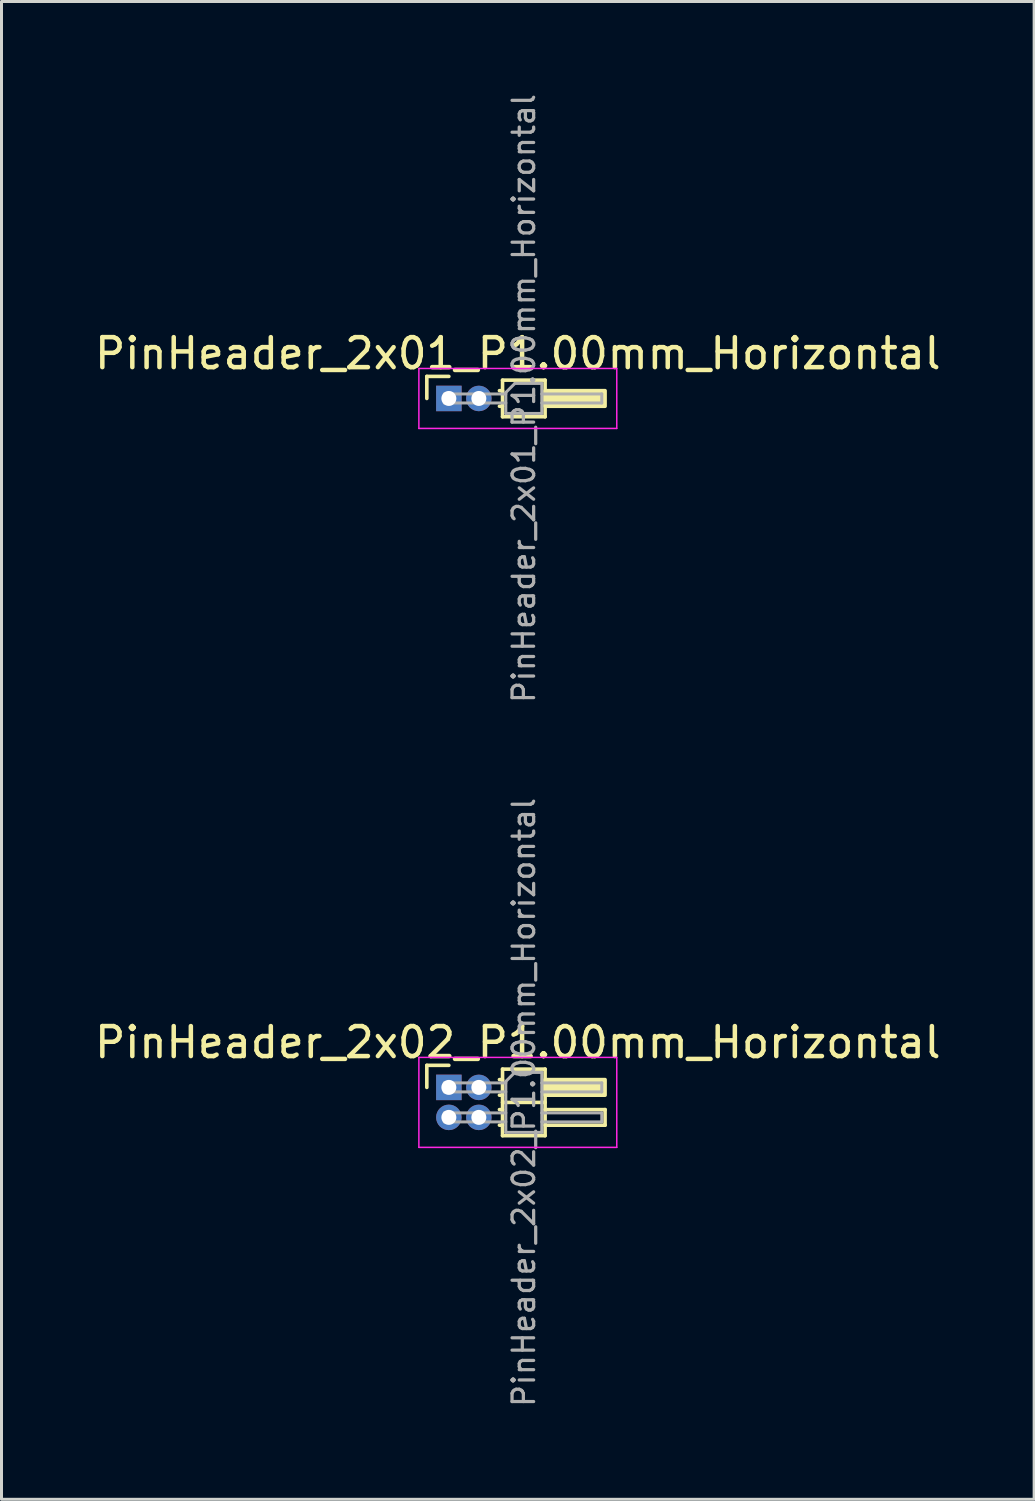
<source format=kicad_pcb>
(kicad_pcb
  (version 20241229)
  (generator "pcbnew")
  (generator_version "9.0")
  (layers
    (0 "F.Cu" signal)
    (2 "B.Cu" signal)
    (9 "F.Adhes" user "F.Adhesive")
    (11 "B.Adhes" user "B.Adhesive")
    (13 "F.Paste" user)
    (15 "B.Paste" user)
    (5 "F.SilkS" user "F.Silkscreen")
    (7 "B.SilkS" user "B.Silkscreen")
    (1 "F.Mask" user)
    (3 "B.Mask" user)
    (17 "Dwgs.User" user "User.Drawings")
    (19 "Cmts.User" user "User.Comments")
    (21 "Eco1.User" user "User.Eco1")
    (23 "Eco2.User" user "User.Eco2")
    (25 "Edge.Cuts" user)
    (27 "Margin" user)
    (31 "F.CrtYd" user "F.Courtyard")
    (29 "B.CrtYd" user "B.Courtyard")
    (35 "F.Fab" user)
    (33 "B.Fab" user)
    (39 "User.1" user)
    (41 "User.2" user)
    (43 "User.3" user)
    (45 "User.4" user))
  (footprint "PinHeader_2x01_P1.00mm_Horizontal"
    (layer "F.Cu")
    (at 11.92 10.239)
    (property "Reference" "PinHeader_2x01_P1.00mm_Horizontal" (at 2.3 -1.5 0) (layer "F.SilkS") (effects (font (size 1 1) (thickness 0.15))))
    (attr through_hole)
    (fp_line (start -0.735 -0.735) (end 0 -0.735) (stroke (width 0.12) (type solid)) (layer "F.SilkS"))
    (fp_line (start -0.735 0) (end -0.735 -0.735) (stroke (width 0.12) (type solid)) (layer "F.SilkS"))
    (fp_line (start 1.687 -0.26) (end 1.79 -0.26) (stroke (width 0.12) (type solid)) (layer "F.SilkS"))
    (fp_line (start 1.687 0.26) (end 1.79 0.26) (stroke (width 0.12) (type solid)) (layer "F.SilkS"))
    (fp_line (start 1.79 -0.61) (end 1.79 0.61) (stroke (width 0.12) (type solid)) (layer "F.SilkS"))
    (fp_line (start 1.79 0.61) (end 3.21 0.61) (stroke (width 0.12) (type solid)) (layer "F.SilkS"))
    (fp_line (start 3.21 -0.61) (end 1.79 -0.61) (stroke (width 0.12) (type solid)) (layer "F.SilkS"))
    (fp_line (start 3.21 0.61) (end 3.21 -0.61) (stroke (width 0.12) (type solid)) (layer "F.SilkS"))
    (fp_rect (start 3.21 -0.26) (end 5.21 0.26) (stroke (width 0.12) (type solid)) (fill yes) (layer "F.SilkS"))
    (fp_line (start -1 -1) (end -1 1) (stroke (width 0.05) (type solid)) (layer "F.CrtYd"))
    (fp_line (start -1 1) (end 5.6 1) (stroke (width 0.05) (type solid)) (layer "F.CrtYd"))
    (fp_line (start 5.6 -1) (end -1 -1) (stroke (width 0.05) (type solid)) (layer "F.CrtYd"))
    (fp_line (start 5.6 1) (end 5.6 -1) (stroke (width 0.05) (type solid)) (layer "F.CrtYd"))
    (fp_line (start -0.15 -0.15) (end -0.15 0.15) (stroke (width 0.1) (type solid)) (layer "F.Fab"))
    (fp_line (start -0.15 -0.15) (end 1.9 -0.15) (stroke (width 0.1) (type solid)) (layer "F.Fab"))
    (fp_line (start -0.15 0.15) (end 1.9 0.15) (stroke (width 0.1) (type solid)) (layer "F.Fab"))
    (fp_line (start 1.9 -0.2) (end 2.2 -0.5) (stroke (width 0.1) (type solid)) (layer "F.Fab"))
    (fp_line (start 1.9 0.5) (end 1.9 -0.2) (stroke (width 0.1) (type solid)) (layer "F.Fab"))
    (fp_line (start 2.2 -0.5) (end 3.1 -0.5) (stroke (width 0.1) (type solid)) (layer "F.Fab"))
    (fp_line (start 3.1 -0.5) (end 3.1 0.5) (stroke (width 0.1) (type solid)) (layer "F.Fab"))
    (fp_line (start 3.1 -0.15) (end 5.1 -0.15) (stroke (width 0.1) (type solid)) (layer "F.Fab"))
    (fp_line (start 3.1 0.15) (end 5.1 0.15) (stroke (width 0.1) (type solid)) (layer "F.Fab"))
    (fp_line (start 3.1 0.5) (end 1.9 0.5) (stroke (width 0.1) (type solid)) (layer "F.Fab"))
    (fp_line (start 5.1 -0.15) (end 5.1 0.15) (stroke (width 0.1) (type solid)) (layer "F.Fab"))
    (fp_text user "${REFERENCE}" (at 2.5 0 90) (layer "F.Fab") (effects (font (size 0.72 0.72) (thickness 0.108))))
    (pad "1" thru_hole rect (at 0 0) (size 0.85 0.85) (drill 0.5) (layers "*.Cu" "*.Mask"))
    (pad "2" thru_hole circle (at 1 0) (size 0.85 0.85) (drill 0.5) (layers "*.Cu" "*.Mask")))
  (footprint "PinHeader_2x02_P1.00mm_Horizontal"
    (layer "F.Cu")
    (at 11.92 33.216)
    (property "Reference" "PinHeader_2x02_P1.00mm_Horizontal" (at 2.3 -1.5 0) (layer "F.SilkS") (effects (font (size 1 1) (thickness 0.15))))
    (attr through_hole)
    (fp_line (start -0.735 -0.735) (end 0 -0.735) (stroke (width 0.12) (type solid)) (layer "F.SilkS"))
    (fp_line (start -0.735 0) (end -0.735 -0.735) (stroke (width 0.12) (type solid)) (layer "F.SilkS"))
    (fp_line (start 1.687 -0.26) (end 1.79 -0.26) (stroke (width 0.12) (type solid)) (layer "F.SilkS"))
    (fp_line (start 1.687 0.26) (end 1.79 0.26) (stroke (width 0.12) (type solid)) (layer "F.SilkS"))
    (fp_line (start 1.687 0.74) (end 1.79 0.74) (stroke (width 0.12) (type solid)) (layer "F.SilkS"))
    (fp_line (start 1.687 1.26) (end 1.79 1.26) (stroke (width 0.12) (type solid)) (layer "F.SilkS"))
    (fp_line (start 1.79 -0.61) (end 1.79 1.61) (stroke (width 0.12) (type solid)) (layer "F.SilkS"))
    (fp_line (start 1.79 0.5) (end 3.21 0.5) (stroke (width 0.12) (type solid)) (layer "F.SilkS"))
    (fp_line (start 1.79 1.61) (end 3.21 1.61) (stroke (width 0.12) (type solid)) (layer "F.SilkS"))
    (fp_line (start 3.21 -0.61) (end 1.79 -0.61) (stroke (width 0.12) (type solid)) (layer "F.SilkS"))
    (fp_line (start 3.21 0.74) (end 5.21 0.74) (stroke (width 0.12) (type solid)) (layer "F.SilkS"))
    (fp_line (start 3.21 1.61) (end 3.21 -0.61) (stroke (width 0.12) (type solid)) (layer "F.SilkS"))
    (fp_line (start 5.21 0.74) (end 5.21 1.26) (stroke (width 0.12) (type solid)) (layer "F.SilkS"))
    (fp_line (start 5.21 1.26) (end 3.21 1.26) (stroke (width 0.12) (type solid)) (layer "F.SilkS"))
    (fp_rect (start 3.21 -0.26) (end 5.21 0.26) (stroke (width 0.12) (type solid)) (fill yes) (layer "F.SilkS"))
    (fp_line (start -1 -1) (end -1 2) (stroke (width 0.05) (type solid)) (layer "F.CrtYd"))
    (fp_line (start -1 2) (end 5.6 2) (stroke (width 0.05) (type solid)) (layer "F.CrtYd"))
    (fp_line (start 5.6 -1) (end -1 -1) (stroke (width 0.05) (type solid)) (layer "F.CrtYd"))
    (fp_line (start 5.6 2) (end 5.6 -1) (stroke (width 0.05) (type solid)) (layer "F.CrtYd"))
    (fp_line (start -0.15 -0.15) (end -0.15 0.15) (stroke (width 0.1) (type solid)) (layer "F.Fab"))
    (fp_line (start -0.15 -0.15) (end 1.9 -0.15) (stroke (width 0.1) (type solid)) (layer "F.Fab"))
    (fp_line (start -0.15 0.15) (end 1.9 0.15) (stroke (width 0.1) (type solid)) (layer "F.Fab"))
    (fp_line (start -0.15 0.85) (end -0.15 1.15) (stroke (width 0.1) (type solid)) (layer "F.Fab"))
    (fp_line (start -0.15 0.85) (end 1.9 0.85) (stroke (width 0.1) (type solid)) (layer "F.Fab"))
    (fp_line (start -0.15 1.15) (end 1.9 1.15) (stroke (width 0.1) (type solid)) (layer "F.Fab"))
    (fp_line (start 1.9 -0.2) (end 2.2 -0.5) (stroke (width 0.1) (type solid)) (layer "F.Fab"))
    (fp_line (start 1.9 1.5) (end 1.9 -0.2) (stroke (width 0.1) (type solid)) (layer "F.Fab"))
    (fp_line (start 2.2 -0.5) (end 3.1 -0.5) (stroke (width 0.1) (type solid)) (layer "F.Fab"))
    (fp_line (start 3.1 -0.5) (end 3.1 1.5) (stroke (width 0.1) (type solid)) (layer "F.Fab"))
    (fp_line (start 3.1 -0.15) (end 5.1 -0.15) (stroke (width 0.1) (type solid)) (layer "F.Fab"))
    (fp_line (start 3.1 0.15) (end 5.1 0.15) (stroke (width 0.1) (type solid)) (layer "F.Fab"))
    (fp_line (start 3.1 0.85) (end 5.1 0.85) (stroke (width 0.1) (type solid)) (layer "F.Fab"))
    (fp_line (start 3.1 1.15) (end 5.1 1.15) (stroke (width 0.1) (type solid)) (layer "F.Fab"))
    (fp_line (start 3.1 1.5) (end 1.9 1.5) (stroke (width 0.1) (type solid)) (layer "F.Fab"))
    (fp_line (start 5.1 -0.15) (end 5.1 0.15) (stroke (width 0.1) (type solid)) (layer "F.Fab"))
    (fp_line (start 5.1 0.85) (end 5.1 1.15) (stroke (width 0.1) (type solid)) (layer "F.Fab"))
    (fp_text user "${REFERENCE}" (at 2.5 0.5 90) (layer "F.Fab") (effects (font (size 0.72 0.72) (thickness 0.108))))
    (pad "1" thru_hole rect (at 0 0) (size 0.85 0.85) (drill 0.5) (layers "*.Cu" "*.Mask"))
    (pad "2" thru_hole circle (at 1 0) (size 0.85 0.85) (drill 0.5) (layers "*.Cu" "*.Mask"))
    (pad "3" thru_hole circle (at 0 1) (size 0.85 0.85) (drill 0.5) (layers "*.Cu" "*.Mask"))
    (pad "4" thru_hole circle (at 1 1) (size 0.85 0.85) (drill 0.5) (layers "*.Cu" "*.Mask")))
  (gr_rect
    (start -3 -3)
    (end 31.44 46.954)
    (stroke (width 0.1) (type default))
    (fill no)
    (layer "Edge.Cuts")))
</source>
